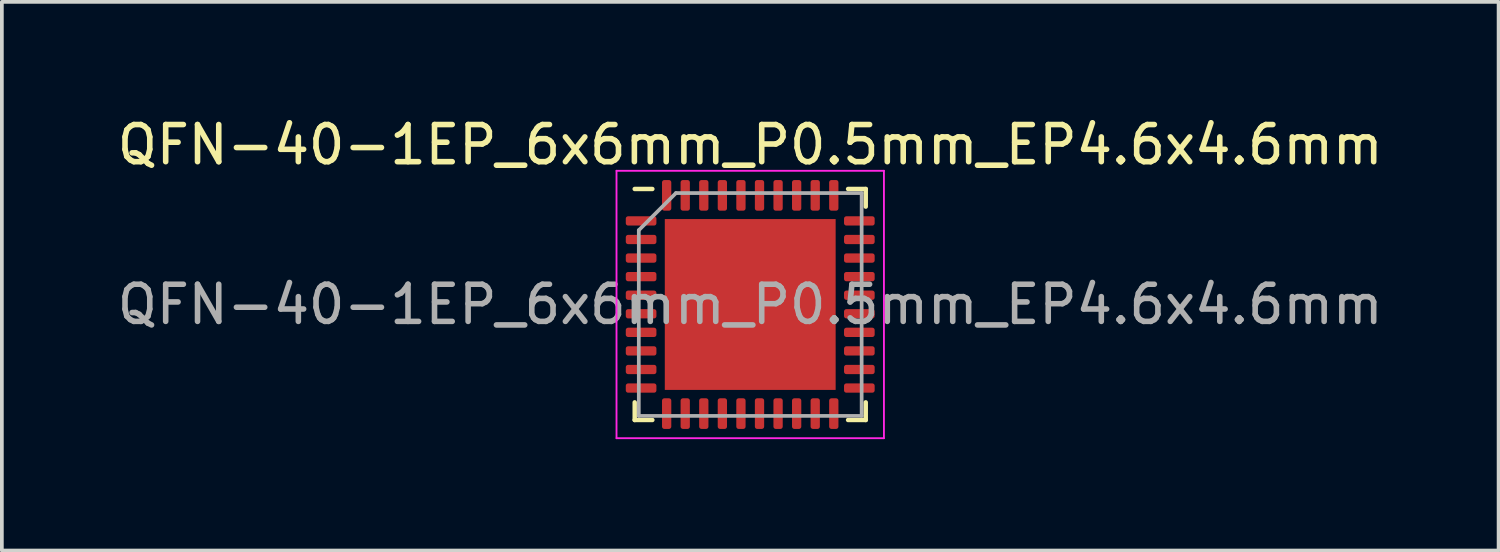
<source format=kicad_pcb>
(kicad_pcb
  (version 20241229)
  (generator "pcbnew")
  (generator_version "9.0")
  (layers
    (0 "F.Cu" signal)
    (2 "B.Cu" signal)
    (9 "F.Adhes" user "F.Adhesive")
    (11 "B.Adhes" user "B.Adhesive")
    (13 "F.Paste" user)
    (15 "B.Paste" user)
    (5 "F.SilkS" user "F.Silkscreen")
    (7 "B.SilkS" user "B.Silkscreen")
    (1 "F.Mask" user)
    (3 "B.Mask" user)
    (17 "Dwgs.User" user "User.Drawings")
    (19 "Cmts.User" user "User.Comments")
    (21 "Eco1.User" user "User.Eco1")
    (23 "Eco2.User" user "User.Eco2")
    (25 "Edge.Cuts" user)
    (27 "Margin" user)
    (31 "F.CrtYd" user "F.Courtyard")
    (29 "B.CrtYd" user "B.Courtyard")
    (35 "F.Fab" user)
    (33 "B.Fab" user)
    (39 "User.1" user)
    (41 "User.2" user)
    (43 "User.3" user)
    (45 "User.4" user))
  (footprint "QFN-40-1EP_6x6mm_P0.5mm_EP4.6x4.6mm"
    (layer "F.Cu")
    (at 17.149 5.148)
    (property "Reference" "QFN-40-1EP_6x6mm_P0.5mm_EP4.6x4.6mm" (at 0 -4.3 0) (layer "F.SilkS") (effects (font (size 1 1) (thickness 0.15))))
    (attr smd)
    (fp_line (start -3.11 3.11) (end -3.11 2.635) (stroke (width 0.12) (type solid)) (layer "F.SilkS"))
    (fp_line (start -2.635 -3.11) (end -3.11 -3.11) (stroke (width 0.12) (type solid)) (layer "F.SilkS"))
    (fp_line (start -2.635 3.11) (end -3.11 3.11) (stroke (width 0.12) (type solid)) (layer "F.SilkS"))
    (fp_line (start 2.635 -3.11) (end 3.11 -3.11) (stroke (width 0.12) (type solid)) (layer "F.SilkS"))
    (fp_line (start 2.635 3.11) (end 3.11 3.11) (stroke (width 0.12) (type solid)) (layer "F.SilkS"))
    (fp_line (start 3.11 -3.11) (end 3.11 -2.635) (stroke (width 0.12) (type solid)) (layer "F.SilkS"))
    (fp_line (start 3.11 3.11) (end 3.11 2.635) (stroke (width 0.12) (type solid)) (layer "F.SilkS"))
    (fp_line (start -3.6 -3.6) (end -3.6 3.6) (stroke (width 0.05) (type solid)) (layer "F.CrtYd"))
    (fp_line (start -3.6 3.6) (end 3.6 3.6) (stroke (width 0.05) (type solid)) (layer "F.CrtYd"))
    (fp_line (start 3.6 -3.6) (end -3.6 -3.6) (stroke (width 0.05) (type solid)) (layer "F.CrtYd"))
    (fp_line (start 3.6 3.6) (end 3.6 -3.6) (stroke (width 0.05) (type solid)) (layer "F.CrtYd"))
    (fp_line (start -3 -2) (end -2 -3) (stroke (width 0.1) (type solid)) (layer "F.Fab"))
    (fp_line (start -3 3) (end -3 -2) (stroke (width 0.1) (type solid)) (layer "F.Fab"))
    (fp_line (start -2 -3) (end 3 -3) (stroke (width 0.1) (type solid)) (layer "F.Fab"))
    (fp_line (start 3 -3) (end 3 3) (stroke (width 0.1) (type solid)) (layer "F.Fab"))
    (fp_line (start 3 3) (end -3 3) (stroke (width 0.1) (type solid)) (layer "F.Fab"))
    (fp_text user "${REFERENCE}" (at 0 0 0) (layer "F.Fab") (effects (font (size 1 1) (thickness 0.15))))
    (pad "" smd roundrect (at -1.725 -1.725) (size 0.93 0.93) (layers "F.Paste") (roundrect_rratio 0.25))
    (pad "" smd roundrect (at -1.725 -0.575) (size 0.93 0.93) (layers "F.Paste") (roundrect_rratio 0.25))
    (pad "" smd roundrect (at -1.725 0.575) (size 0.93 0.93) (layers "F.Paste") (roundrect_rratio 0.25))
    (pad "" smd roundrect (at -1.725 1.725) (size 0.93 0.93) (layers "F.Paste") (roundrect_rratio 0.25))
    (pad "" smd roundrect (at -0.575 -1.725) (size 0.93 0.93) (layers "F.Paste") (roundrect_rratio 0.25))
    (pad "" smd roundrect (at -0.575 -0.575) (size 0.93 0.93) (layers "F.Paste") (roundrect_rratio 0.25))
    (pad "" smd roundrect (at -0.575 0.575) (size 0.93 0.93) (layers "F.Paste") (roundrect_rratio 0.25))
    (pad "" smd roundrect (at -0.575 1.725) (size 0.93 0.93) (layers "F.Paste") (roundrect_rratio 0.25))
    (pad "" smd roundrect (at 0.575 -1.725) (size 0.93 0.93) (layers "F.Paste") (roundrect_rratio 0.25))
    (pad "" smd roundrect (at 0.575 -0.575) (size 0.93 0.93) (layers "F.Paste") (roundrect_rratio 0.25))
    (pad "" smd roundrect (at 0.575 0.575) (size 0.93 0.93) (layers "F.Paste") (roundrect_rratio 0.25))
    (pad "" smd roundrect (at 0.575 1.725) (size 0.93 0.93) (layers "F.Paste") (roundrect_rratio 0.25))
    (pad "" smd roundrect (at 1.725 -1.725) (size 0.93 0.93) (layers "F.Paste") (roundrect_rratio 0.25))
    (pad "" smd roundrect (at 1.725 -0.575) (size 0.93 0.93) (layers "F.Paste") (roundrect_rratio 0.25))
    (pad "" smd roundrect (at 1.725 0.575) (size 0.93 0.93) (layers "F.Paste") (roundrect_rratio 0.25))
    (pad "" smd roundrect (at 1.725 1.725) (size 0.93 0.93) (layers "F.Paste") (roundrect_rratio 0.25))
    (pad "1" smd roundrect (at -2.938 -2.25) (size 0.825 0.25) (layers "F.Cu" "F.Mask" "F.Paste") (roundrect_rratio 0.25))
    (pad "2" smd roundrect (at -2.938 -1.75) (size 0.825 0.25) (layers "F.Cu" "F.Mask" "F.Paste") (roundrect_rratio 0.25))
    (pad "3" smd roundrect (at -2.938 -1.25) (size 0.825 0.25) (layers "F.Cu" "F.Mask" "F.Paste") (roundrect_rratio 0.25))
    (pad "4" smd roundrect (at -2.938 -0.75) (size 0.825 0.25) (layers "F.Cu" "F.Mask" "F.Paste") (roundrect_rratio 0.25))
    (pad "5" smd roundrect (at -2.938 -0.25) (size 0.825 0.25) (layers "F.Cu" "F.Mask" "F.Paste") (roundrect_rratio 0.25))
    (pad "6" smd roundrect (at -2.938 0.25) (size 0.825 0.25) (layers "F.Cu" "F.Mask" "F.Paste") (roundrect_rratio 0.25))
    (pad "7" smd roundrect (at -2.938 0.75) (size 0.825 0.25) (layers "F.Cu" "F.Mask" "F.Paste") (roundrect_rratio 0.25))
    (pad "8" smd roundrect (at -2.938 1.25) (size 0.825 0.25) (layers "F.Cu" "F.Mask" "F.Paste") (roundrect_rratio 0.25))
    (pad "9" smd roundrect (at -2.938 1.75) (size 0.825 0.25) (layers "F.Cu" "F.Mask" "F.Paste") (roundrect_rratio 0.25))
    (pad "10" smd roundrect (at -2.938 2.25) (size 0.825 0.25) (layers "F.Cu" "F.Mask" "F.Paste") (roundrect_rratio 0.25))
    (pad "11" smd roundrect (at -2.25 2.938) (size 0.25 0.825) (layers "F.Cu" "F.Mask" "F.Paste") (roundrect_rratio 0.25))
    (pad "12" smd roundrect (at -1.75 2.938) (size 0.25 0.825) (layers "F.Cu" "F.Mask" "F.Paste") (roundrect_rratio 0.25))
    (pad "13" smd roundrect (at -1.25 2.938) (size 0.25 0.825) (layers "F.Cu" "F.Mask" "F.Paste") (roundrect_rratio 0.25))
    (pad "14" smd roundrect (at -0.75 2.938) (size 0.25 0.825) (layers "F.Cu" "F.Mask" "F.Paste") (roundrect_rratio 0.25))
    (pad "15" smd roundrect (at -0.25 2.938) (size 0.25 0.825) (layers "F.Cu" "F.Mask" "F.Paste") (roundrect_rratio 0.25))
    (pad "16" smd roundrect (at 0.25 2.938) (size 0.25 0.825) (layers "F.Cu" "F.Mask" "F.Paste") (roundrect_rratio 0.25))
    (pad "17" smd roundrect (at 0.75 2.938) (size 0.25 0.825) (layers "F.Cu" "F.Mask" "F.Paste") (roundrect_rratio 0.25))
    (pad "18" smd roundrect (at 1.25 2.938) (size 0.25 0.825) (layers "F.Cu" "F.Mask" "F.Paste") (roundrect_rratio 0.25))
    (pad "19" smd roundrect (at 1.75 2.938) (size 0.25 0.825) (layers "F.Cu" "F.Mask" "F.Paste") (roundrect_rratio 0.25))
    (pad "20" smd roundrect (at 2.25 2.938) (size 0.25 0.825) (layers "F.Cu" "F.Mask" "F.Paste") (roundrect_rratio 0.25))
    (pad "21" smd roundrect (at 2.938 2.25) (size 0.825 0.25) (layers "F.Cu" "F.Mask" "F.Paste") (roundrect_rratio 0.25))
    (pad "22" smd roundrect (at 2.938 1.75) (size 0.825 0.25) (layers "F.Cu" "F.Mask" "F.Paste") (roundrect_rratio 0.25))
    (pad "23" smd roundrect (at 2.938 1.25) (size 0.825 0.25) (layers "F.Cu" "F.Mask" "F.Paste") (roundrect_rratio 0.25))
    (pad "24" smd roundrect (at 2.938 0.75) (size 0.825 0.25) (layers "F.Cu" "F.Mask" "F.Paste") (roundrect_rratio 0.25))
    (pad "25" smd roundrect (at 2.938 0.25) (size 0.825 0.25) (layers "F.Cu" "F.Mask" "F.Paste") (roundrect_rratio 0.25))
    (pad "26" smd roundrect (at 2.938 -0.25) (size 0.825 0.25) (layers "F.Cu" "F.Mask" "F.Paste") (roundrect_rratio 0.25))
    (pad "27" smd roundrect (at 2.938 -0.75) (size 0.825 0.25) (layers "F.Cu" "F.Mask" "F.Paste") (roundrect_rratio 0.25))
    (pad "28" smd roundrect (at 2.938 -1.25) (size 0.825 0.25) (layers "F.Cu" "F.Mask" "F.Paste") (roundrect_rratio 0.25))
    (pad "29" smd roundrect (at 2.938 -1.75) (size 0.825 0.25) (layers "F.Cu" "F.Mask" "F.Paste") (roundrect_rratio 0.25))
    (pad "30" smd roundrect (at 2.938 -2.25) (size 0.825 0.25) (layers "F.Cu" "F.Mask" "F.Paste") (roundrect_rratio 0.25))
    (pad "31" smd roundrect (at 2.25 -2.938) (size 0.25 0.825) (layers "F.Cu" "F.Mask" "F.Paste") (roundrect_rratio 0.25))
    (pad "32" smd roundrect (at 1.75 -2.938) (size 0.25 0.825) (layers "F.Cu" "F.Mask" "F.Paste") (roundrect_rratio 0.25))
    (pad "33" smd roundrect (at 1.25 -2.938) (size 0.25 0.825) (layers "F.Cu" "F.Mask" "F.Paste") (roundrect_rratio 0.25))
    (pad "34" smd roundrect (at 0.75 -2.938) (size 0.25 0.825) (layers "F.Cu" "F.Mask" "F.Paste") (roundrect_rratio 0.25))
    (pad "35" smd roundrect (at 0.25 -2.938) (size 0.25 0.825) (layers "F.Cu" "F.Mask" "F.Paste") (roundrect_rratio 0.25))
    (pad "36" smd roundrect (at -0.25 -2.938) (size 0.25 0.825) (layers "F.Cu" "F.Mask" "F.Paste") (roundrect_rratio 0.25))
    (pad "37" smd roundrect (at -0.75 -2.938) (size 0.25 0.825) (layers "F.Cu" "F.Mask" "F.Paste") (roundrect_rratio 0.25))
    (pad "38" smd roundrect (at -1.25 -2.938) (size 0.25 0.825) (layers "F.Cu" "F.Mask" "F.Paste") (roundrect_rratio 0.25))
    (pad "39" smd roundrect (at -1.75 -2.938) (size 0.25 0.825) (layers "F.Cu" "F.Mask" "F.Paste") (roundrect_rratio 0.25))
    (pad "40" smd roundrect (at -2.25 -2.938) (size 0.25 0.825) (layers "F.Cu" "F.Mask" "F.Paste") (roundrect_rratio 0.25))
    (pad "41" smd rect (at 0 0) (size 4.6 4.6) (layers "F.Cu" "F.Mask")))
  (gr_rect
    (start -3 -3)
    (end 37.298 11.773)
    (stroke (width 0.1) (type default))
    (fill no)
    (layer "Edge.Cuts")))
</source>
